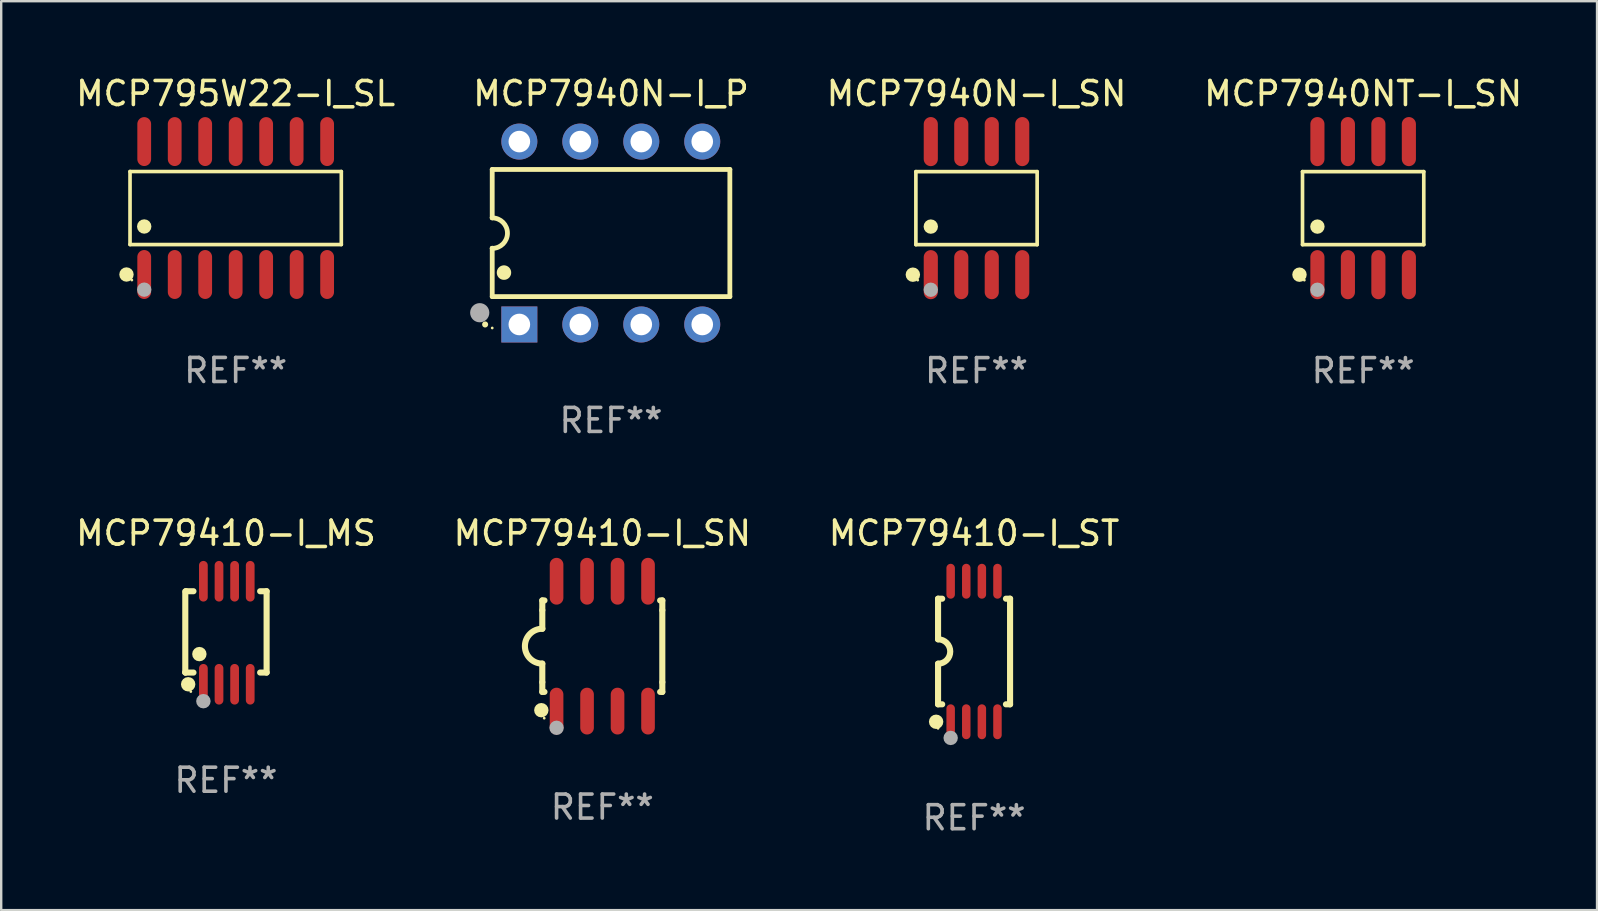
<source format=kicad_pcb>
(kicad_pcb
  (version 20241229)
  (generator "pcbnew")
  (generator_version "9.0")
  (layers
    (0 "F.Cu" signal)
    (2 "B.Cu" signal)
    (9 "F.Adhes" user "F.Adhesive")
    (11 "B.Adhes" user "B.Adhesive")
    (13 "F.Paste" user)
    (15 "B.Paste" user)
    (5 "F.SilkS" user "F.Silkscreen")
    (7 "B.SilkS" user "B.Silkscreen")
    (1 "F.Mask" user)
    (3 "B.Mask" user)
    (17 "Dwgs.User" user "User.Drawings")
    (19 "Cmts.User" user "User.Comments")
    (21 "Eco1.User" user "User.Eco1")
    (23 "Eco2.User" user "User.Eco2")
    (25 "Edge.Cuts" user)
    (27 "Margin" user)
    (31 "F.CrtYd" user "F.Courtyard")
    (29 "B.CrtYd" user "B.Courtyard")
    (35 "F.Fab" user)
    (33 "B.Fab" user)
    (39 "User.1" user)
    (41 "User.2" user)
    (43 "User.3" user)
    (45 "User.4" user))
  (footprint "MCP7940NT-I_SN"
    (layer "F.Cu")
    (at 53.739 5.621)
    (property "Reference" "MCP7940NT-I_SN" (at 0 -4.772 0) (layer "F.SilkS") (effects (font (size 1 1) (thickness 0.15))))
    (attr through_hole)
    (fp_line (start -2.526 -1.521) (end 2.526 -1.521) (stroke (width 0.152) (type solid)) (layer "F.SilkS"))
    (fp_line (start -2.526 1.521) (end -2.526 -1.521) (stroke (width 0.152) (type solid)) (layer "F.SilkS"))
    (fp_line (start 2.526 -1.521) (end 2.526 1.521) (stroke (width 0.152) (type solid)) (layer "F.SilkS"))
    (fp_line (start 2.526 1.521) (end -2.526 1.521) (stroke (width 0.152) (type solid)) (layer "F.SilkS"))
    (fp_circle (center -2.652 2.772) (end -2.501 2.772) (stroke (width 0.3) (type solid)) (fill no) (layer "F.SilkS"))
    (fp_circle (center -2.45 3) (end -2.42 3) (stroke (width 0.06) (type solid)) (fill no) (layer "F.SilkS"))
    (fp_circle (center -1.905 0.769) (end -1.755 0.769) (stroke (width 0.3) (type solid)) (fill no) (layer "F.SilkS"))
    (fp_circle (center -1.905 3.4) (end -1.755 3.4) (stroke (width 0.3) (type solid)) (fill no) (layer "F.Fab"))
    (fp_text user "REF**" (at 0 6.772 0) (layer "F.Fab") (effects (font (size 1 1) (thickness 0.15))))
    (pad "1" smd oval (at -1.905 2.772) (size 0.588 2.045) (layers "F.Cu" "F.Mask" "F.Paste"))
    (pad "2" smd oval (at -0.635 2.772) (size 0.588 2.045) (layers "F.Cu" "F.Mask" "F.Paste"))
    (pad "3" smd oval (at 0.635 2.772) (size 0.588 2.045) (layers "F.Cu" "F.Mask" "F.Paste"))
    (pad "4" smd oval (at 1.905 2.772) (size 0.588 2.045) (layers "F.Cu" "F.Mask" "F.Paste"))
    (pad "5" smd oval (at 1.905 -2.772) (size 0.588 2.045) (layers "F.Cu" "F.Mask" "F.Paste"))
    (pad "6" smd oval (at 0.635 -2.772) (size 0.588 2.045) (layers "F.Cu" "F.Mask" "F.Paste"))
    (pad "7" smd oval (at -0.635 -2.772) (size 0.588 2.045) (layers "F.Cu" "F.Mask" "F.Paste"))
    (pad "8" smd oval (at -1.905 -2.772) (size 0.588 2.045) (layers "F.Cu" "F.Mask" "F.Paste")))
  (footprint "MCP795W22-I_SL"
    (layer "F.Cu")
    (at 6.768 5.617)
    (property "Reference" "MCP795W22-I_SL" (at 0 -4.769 0) (layer "F.SilkS") (effects (font (size 1 1) (thickness 0.15))))
    (attr through_hole)
    (fp_line (start -4.401 -1.521) (end 4.401 -1.521) (stroke (width 0.152) (type solid)) (layer "F.SilkS"))
    (fp_line (start -4.401 1.521) (end -4.401 -1.521) (stroke (width 0.152) (type solid)) (layer "F.SilkS"))
    (fp_line (start 4.401 -1.521) (end 4.401 1.521) (stroke (width 0.152) (type solid)) (layer "F.SilkS"))
    (fp_line (start 4.401 1.521) (end -4.401 1.521) (stroke (width 0.152) (type solid)) (layer "F.SilkS"))
    (fp_circle (center -4.549 2.769) (end -4.399 2.769) (stroke (width 0.3) (type solid)) (fill no) (layer "F.SilkS"))
    (fp_circle (center -4.325 3) (end -4.295 3) (stroke (width 0.06) (type solid)) (fill no) (layer "F.SilkS"))
    (fp_circle (center -3.81 0.769) (end -3.66 0.769) (stroke (width 0.3) (type solid)) (fill no) (layer "F.SilkS"))
    (fp_circle (center -3.81 3.4) (end -3.66 3.4) (stroke (width 0.3) (type solid)) (fill no) (layer "F.Fab"))
    (fp_text user "REF**" (at 0 6.769 0) (layer "F.Fab") (effects (font (size 1 1) (thickness 0.15))))
    (pad "1" smd oval (at -3.81 2.769) (size 0.574 2.038) (layers "F.Cu" "F.Mask" "F.Paste"))
    (pad "2" smd oval (at -2.54 2.769) (size 0.574 2.038) (layers "F.Cu" "F.Mask" "F.Paste"))
    (pad "3" smd oval (at -1.27 2.769) (size 0.574 2.038) (layers "F.Cu" "F.Mask" "F.Paste"))
    (pad "4" smd oval (at 0 2.769) (size 0.574 2.038) (layers "F.Cu" "F.Mask" "F.Paste"))
    (pad "5" smd oval (at 1.27 2.769) (size 0.574 2.038) (layers "F.Cu" "F.Mask" "F.Paste"))
    (pad "6" smd oval (at 2.54 2.769) (size 0.574 2.038) (layers "F.Cu" "F.Mask" "F.Paste"))
    (pad "7" smd oval (at 3.81 2.769) (size 0.574 2.038) (layers "F.Cu" "F.Mask" "F.Paste"))
    (pad "8" smd oval (at 3.81 -2.769) (size 0.574 2.038) (layers "F.Cu" "F.Mask" "F.Paste"))
    (pad "9" smd oval (at 2.54 -2.769) (size 0.574 2.038) (layers "F.Cu" "F.Mask" "F.Paste"))
    (pad "10" smd oval (at 1.27 -2.769) (size 0.574 2.038) (layers "F.Cu" "F.Mask" "F.Paste"))
    (pad "11" smd oval (at 0 -2.769) (size 0.574 2.038) (layers "F.Cu" "F.Mask" "F.Paste"))
    (pad "12" smd oval (at -1.27 -2.769) (size 0.574 2.038) (layers "F.Cu" "F.Mask" "F.Paste"))
    (pad "13" smd oval (at -2.54 -2.769) (size 0.574 2.038) (layers "F.Cu" "F.Mask" "F.Paste"))
    (pad "14" smd oval (at -3.81 -2.769) (size 0.574 2.038) (layers "F.Cu" "F.Mask" "F.Paste")))
  (footprint "MCP79410-I_ST"
    (layer "F.Cu")
    (at 37.53 24.092)
    (property "Reference" "MCP79410-I_ST" (at 0 -4.927 0) (layer "F.SilkS") (effects (font (size 1 1) (thickness 0.15))))
    (attr through_hole)
    (fp_line (start -1.5 -2.2) (end -1.5 -0.508) (stroke (width 0.254) (type solid)) (layer "F.SilkS"))
    (fp_line (start -1.5 -2.2) (end -1.328 -2.2) (stroke (width 0.254) (type solid)) (layer "F.SilkS"))
    (fp_line (start -1.5 2.2) (end -1.5 0.508) (stroke (width 0.254) (type solid)) (layer "F.SilkS"))
    (fp_line (start -1.5 2.2) (end -1.328 2.2) (stroke (width 0.254) (type solid)) (layer "F.SilkS"))
    (fp_line (start 1.328 -2.2) (end 1.5 -2.2) (stroke (width 0.254) (type solid)) (layer "F.SilkS"))
    (fp_line (start 1.328 2.2) (end 1.5 2.2) (stroke (width 0.254) (type solid)) (layer "F.SilkS"))
    (fp_line (start 1.5 -2.2) (end 1.5 2.2) (stroke (width 0.254) (type solid)) (layer "F.SilkS"))
    (fp_arc (start -1.501144 -0.508) (mid -0.993143 -0.000571) (end -1.5 0.508001) (stroke (width 0.254001) (type solid)) (layer "F.SilkS"))
    (fp_circle (center -1.581 2.927) (end -1.431 2.927) (stroke (width 0.3) (type solid)) (fill no) (layer "F.SilkS"))
    (fp_circle (center -1.5 3.2) (end -1.47 3.2) (stroke (width 0.06) (type solid)) (fill no) (layer "F.SilkS"))
    (fp_circle (center -0.975 3.6) (end -0.825 3.6) (stroke (width 0.3) (type solid)) (fill no) (layer "F.Fab"))
    (fp_text user "REF**" (at 0 6.927 0) (layer "F.Fab") (effects (font (size 1 1) (thickness 0.15))))
    (pad "1" smd oval (at -0.975 2.927) (size 0.353 1.454) (layers "F.Cu" "F.Mask" "F.Paste"))
    (pad "2" smd oval (at -0.325 2.927) (size 0.353 1.454) (layers "F.Cu" "F.Mask" "F.Paste"))
    (pad "3" smd oval (at 0.325 2.927) (size 0.353 1.454) (layers "F.Cu" "F.Mask" "F.Paste"))
    (pad "4" smd oval (at 0.975 2.927) (size 0.353 1.454) (layers "F.Cu" "F.Mask" "F.Paste"))
    (pad "5" smd oval (at 0.975 -2.927) (size 0.353 1.454) (layers "F.Cu" "F.Mask" "F.Paste"))
    (pad "6" smd oval (at 0.325 -2.927) (size 0.353 1.454) (layers "F.Cu" "F.Mask" "F.Paste"))
    (pad "7" smd oval (at -0.325 -2.927) (size 0.353 1.454) (layers "F.Cu" "F.Mask" "F.Paste"))
    (pad "8" smd oval (at -0.975 -2.927) (size 0.353 1.454) (layers "F.Cu" "F.Mask" "F.Paste")))
  (footprint "MCP7940N-I_P"
    (layer "F.Cu")
    (at 22.406 6.658)
    (property "Reference" "MCP7940N-I_P" (at 0 -5.81 0) (layer "F.SilkS") (effects (font (size 1 1) (thickness 0.15))))
    (attr through_hole)
    (fp_line (start -4.95 -2.649) (end 4.95 -2.649) (stroke (width 0.2) (type solid)) (layer "F.SilkS"))
    (fp_line (start -4.95 -0.635) (end -4.95 -2.649) (stroke (width 0.2) (type solid)) (layer "F.SilkS"))
    (fp_line (start -4.95 0.635) (end -4.95 0.64) (stroke (width 0.2) (type solid)) (layer "F.SilkS"))
    (fp_line (start -4.95 2.649) (end -4.95 0.635) (stroke (width 0.2) (type solid)) (layer "F.SilkS"))
    (fp_line (start -4.95 -0.64) (end -4.95 -0.635) (stroke (width 0.2) (type solid)) (layer "F.SilkS"))
    (fp_line (start 4.95 -2.649) (end 4.95 2.649) (stroke (width 0.2) (type solid)) (layer "F.SilkS"))
    (fp_line (start 4.95 2.649) (end -4.95 2.649) (stroke (width 0.2) (type solid)) (layer "F.SilkS"))
    (fp_arc (start -5.24511 3.810008) (mid -5.245117 3.808738) (end -5.24511 3.807468) (stroke (width 0.25) (type solid)) (layer "F.SilkS"))
    (fp_arc (start -4.950165 -0.629997) (mid -4.315164 0.005004) (end -4.950165 0.640005) (stroke (width 0.2) (type solid)) (layer "F.SilkS"))
    (fp_arc (start -4.460249 1.651003) (mid -4.46026 1.648463) (end -4.460249 1.645923) (stroke (width 0.6) (type solid)) (layer "F.SilkS"))
    (fp_circle (center -4.95 3.956) (end -4.92 3.956) (stroke (width 0.06) (type solid)) (fill no) (layer "F.SilkS"))
    (fp_circle (center -5.47 3.32) (end -5.27 3.32) (stroke (width 0.4) (type solid)) (fill no) (layer "F.Fab"))
    (fp_text user "REF**" (at 0 7.81 0) (layer "F.Fab") (effects (font (size 1 1) (thickness 0.15))))
    (pad "1" thru_hole rect (at -3.82 3.81) (size 1.5 1.5) (drill 0.9) (layers "*.Cu" "*.Mask"))
    (pad "2" thru_hole circle (at -1.28 3.81) (size 1.5 1.5) (drill 0.9) (layers "*.Cu" "*.Mask"))
    (pad "3" thru_hole circle (at 1.26 3.81) (size 1.5 1.5) (drill 0.9) (layers "*.Cu" "*.Mask"))
    (pad "4" thru_hole circle (at 3.8 3.81) (size 1.5 1.5) (drill 0.9) (layers "*.Cu" "*.Mask"))
    (pad "5" thru_hole circle (at 3.8 -3.81) (size 1.5 1.5) (drill 0.9) (layers "*.Cu" "*.Mask"))
    (pad "6" thru_hole circle (at 1.26 -3.81) (size 1.5 1.5) (drill 0.9) (layers "*.Cu" "*.Mask"))
    (pad "7" thru_hole circle (at -1.28 -3.81) (size 1.5 1.5) (drill 0.9) (layers "*.Cu" "*.Mask"))
    (pad "8" thru_hole circle (at -3.82 -3.81) (size 1.5 1.5) (drill 0.9) (layers "*.Cu" "*.Mask")))
  (footprint "MCP79410-I_MS"
    (layer "F.Cu")
    (at 6.363 23.311)
    (property "Reference" "MCP79410-I_MS" (at 0 -4.146 0) (layer "F.SilkS") (effects (font (size 1 1) (thickness 0.15))))
    (attr through_hole)
    (fp_line (start -1.694 -1.724) (end -1.694 1.652) (stroke (width 0.254) (type solid)) (layer "F.SilkS"))
    (fp_line (start -1.694 1.652) (end -1.688 1.658) (stroke (width 0.254) (type solid)) (layer "F.SilkS"))
    (fp_line (start -1.688 1.658) (end -1.353 1.658) (stroke (width 0.254) (type solid)) (layer "F.SilkS"))
    (fp_line (start -1.661 -1.73) (end -1.681 -1.71) (stroke (width 0.254) (type solid)) (layer "F.SilkS"))
    (fp_line (start -1.353 -1.73) (end -1.661 -1.73) (stroke (width 0.254) (type solid)) (layer "F.SilkS"))
    (fp_line (start 1.424 1.658) (end 1.694 1.658) (stroke (width 0.254) (type solid)) (layer "F.SilkS"))
    (fp_line (start 1.694 -1.73) (end 1.424 -1.73) (stroke (width 0.254) (type solid)) (layer "F.SilkS"))
    (fp_line (start 1.694 1.658) (end 1.694 -1.73) (stroke (width 0.254) (type solid)) (layer "F.SilkS"))
    (fp_circle (center -1.574 2.146) (end -1.424 2.146) (stroke (width 0.3) (type solid)) (fill no) (layer "F.SilkS"))
    (fp_circle (center -1.464 2.45) (end -1.434 2.45) (stroke (width 0.06) (type solid)) (fill no) (layer "F.SilkS"))
    (fp_circle (center -1.107 0.889) (end -0.957 0.889) (stroke (width 0.3) (type solid)) (fill no) (layer "F.SilkS"))
    (fp_circle (center -0.94 2.85) (end -0.789 2.85) (stroke (width 0.3) (type solid)) (fill no) (layer "F.Fab"))
    (fp_text user "REF**" (at 0 6.146 0) (layer "F.Fab") (effects (font (size 1 1) (thickness 0.15))))
    (pad "1" smd oval (at -0.94 2.146) (size 0.364 1.692) (layers "F.Cu" "F.Mask" "F.Paste"))
    (pad "2" smd oval (at -0.289 2.146) (size 0.364 1.692) (layers "F.Cu" "F.Mask" "F.Paste"))
    (pad "3" smd oval (at 0.361 2.146) (size 0.364 1.692) (layers "F.Cu" "F.Mask" "F.Paste"))
    (pad "4" smd oval (at 1.011 2.146) (size 0.364 1.692) (layers "F.Cu" "F.Mask" "F.Paste"))
    (pad "5" smd oval (at 1.011 -2.146) (size 0.364 1.692) (layers "F.Cu" "F.Mask" "F.Paste"))
    (pad "6" smd oval (at 0.361 -2.146) (size 0.364 1.692) (layers "F.Cu" "F.Mask" "F.Paste"))
    (pad "7" smd oval (at -0.289 -2.146) (size 0.364 1.692) (layers "F.Cu" "F.Mask" "F.Paste"))
    (pad "8" smd oval (at -0.94 -2.146) (size 0.364 1.692) (layers "F.Cu" "F.Mask" "F.Paste")))
  (footprint "MCP7940N-I_SN"
    (layer "F.Cu")
    (at 37.632 5.621)
    (property "Reference" "MCP7940N-I_SN" (at 0 -4.772 0) (layer "F.SilkS") (effects (font (size 1 1) (thickness 0.15))))
    (attr through_hole)
    (fp_line (start -2.526 -1.521) (end 2.526 -1.521) (stroke (width 0.152) (type solid)) (layer "F.SilkS"))
    (fp_line (start -2.526 1.521) (end -2.526 -1.521) (stroke (width 0.152) (type solid)) (layer "F.SilkS"))
    (fp_line (start 2.526 -1.521) (end 2.526 1.521) (stroke (width 0.152) (type solid)) (layer "F.SilkS"))
    (fp_line (start 2.526 1.521) (end -2.526 1.521) (stroke (width 0.152) (type solid)) (layer "F.SilkS"))
    (fp_circle (center -2.652 2.772) (end -2.501 2.772) (stroke (width 0.3) (type solid)) (fill no) (layer "F.SilkS"))
    (fp_circle (center -2.45 3) (end -2.42 3) (stroke (width 0.06) (type solid)) (fill no) (layer "F.SilkS"))
    (fp_circle (center -1.905 0.769) (end -1.755 0.769) (stroke (width 0.3) (type solid)) (fill no) (layer "F.SilkS"))
    (fp_circle (center -1.905 3.4) (end -1.755 3.4) (stroke (width 0.3) (type solid)) (fill no) (layer "F.Fab"))
    (fp_text user "REF**" (at 0 6.772 0) (layer "F.Fab") (effects (font (size 1 1) (thickness 0.15))))
    (pad "1" smd oval (at -1.905 2.772) (size 0.588 2.045) (layers "F.Cu" "F.Mask" "F.Paste"))
    (pad "2" smd oval (at -0.635 2.772) (size 0.588 2.045) (layers "F.Cu" "F.Mask" "F.Paste"))
    (pad "3" smd oval (at 0.635 2.772) (size 0.588 2.045) (layers "F.Cu" "F.Mask" "F.Paste"))
    (pad "4" smd oval (at 1.905 2.772) (size 0.588 2.045) (layers "F.Cu" "F.Mask" "F.Paste"))
    (pad "5" smd oval (at 1.905 -2.772) (size 0.588 2.045) (layers "F.Cu" "F.Mask" "F.Paste"))
    (pad "6" smd oval (at 0.635 -2.772) (size 0.588 2.045) (layers "F.Cu" "F.Mask" "F.Paste"))
    (pad "7" smd oval (at -0.635 -2.772) (size 0.588 2.045) (layers "F.Cu" "F.Mask" "F.Paste"))
    (pad "8" smd oval (at -1.905 -2.772) (size 0.588 2.045) (layers "F.Cu" "F.Mask" "F.Paste")))
  (footprint "MCP79410-I_SN"
    (layer "F.Cu")
    (at 22.042 23.87)
    (property "Reference" "MCP79410-I_SN" (at 0 -4.705 0) (layer "F.SilkS") (effects (font (size 1 1) (thickness 0.15))))
    (attr through_hole)
    (fp_line (start -2.5 -1.905) (end -2.409 -1.905) (stroke (width 0.254) (type solid)) (layer "F.SilkS"))
    (fp_line (start -2.5 -1.5) (end -2.5 -1.905) (stroke (width 0.254) (type solid)) (layer "F.SilkS"))
    (fp_line (start -2.5 -1.5) (end -2.5 -0.726) (stroke (width 0.254) (type solid)) (layer "F.SilkS"))
    (fp_line (start -2.5 1.5) (end -2.5 0.727) (stroke (width 0.254) (type solid)) (layer "F.SilkS"))
    (fp_line (start -2.5 1.5) (end -2.5 1.905) (stroke (width 0.254) (type solid)) (layer "F.SilkS"))
    (fp_line (start -2.5 1.905) (end -2.409 1.905) (stroke (width 0.254) (type solid)) (layer "F.SilkS"))
    (fp_line (start 2.5 -1.905) (end 2.409 -1.905) (stroke (width 0.254) (type solid)) (layer "F.SilkS"))
    (fp_line (start 2.5 -1.5) (end 2.5 -1.905) (stroke (width 0.254) (type solid)) (layer "F.SilkS"))
    (fp_line (start 2.5 -1.5) (end 2.5 1.5) (stroke (width 0.254) (type solid)) (layer "F.SilkS"))
    (fp_line (start 2.5 1.5) (end 2.5 1.905) (stroke (width 0.254) (type solid)) (layer "F.SilkS"))
    (fp_line (start 2.5 1.905) (end 2.409 1.905) (stroke (width 0.254) (type solid)) (layer "F.SilkS"))
    (fp_arc (start -2.5 0.726568) (mid -3.220316 -0.0023) (end -2.495097 -0.726289) (stroke (width 0.254001) (type solid)) (layer "F.SilkS"))
    (fp_circle (center -2.54 2.667) (end -2.39 2.667) (stroke (width 0.3) (type solid)) (fill no) (layer "F.SilkS"))
    (fp_circle (center -2.42 3) (end -2.39 3) (stroke (width 0.06) (type solid)) (fill no) (layer "F.SilkS"))
    (fp_circle (center -1.905 3.4) (end -1.755 3.4) (stroke (width 0.3) (type solid)) (fill no) (layer "F.Fab"))
    (fp_text user "REF**" (at 0 6.705 0) (layer "F.Fab") (effects (font (size 1 1) (thickness 0.15))))
    (pad "1" smd oval (at -1.905 2.705) (size 0.568 1.95) (layers "F.Cu" "F.Mask" "F.Paste"))
    (pad "2" smd oval (at -0.635 2.705) (size 0.568 1.95) (layers "F.Cu" "F.Mask" "F.Paste"))
    (pad "3" smd oval (at 0.635 2.705) (size 0.568 1.95) (layers "F.Cu" "F.Mask" "F.Paste"))
    (pad "4" smd oval (at 1.905 2.705) (size 0.568 1.95) (layers "F.Cu" "F.Mask" "F.Paste"))
    (pad "5" smd oval (at 1.905 -2.705) (size 0.568 1.95) (layers "F.Cu" "F.Mask" "F.Paste"))
    (pad "6" smd oval (at 0.635 -2.705) (size 0.568 1.95) (layers "F.Cu" "F.Mask" "F.Paste"))
    (pad "7" smd oval (at -0.635 -2.705) (size 0.568 1.95) (layers "F.Cu" "F.Mask" "F.Paste"))
    (pad "8" smd oval (at -1.905 -2.705) (size 0.568 1.95) (layers "F.Cu" "F.Mask" "F.Paste")))
  (gr_rect
    (start -3 -3)
    (end 63.483 34.867)
    (stroke (width 0.1) (type default))
    (fill no)
    (layer "Edge.Cuts")))
</source>
